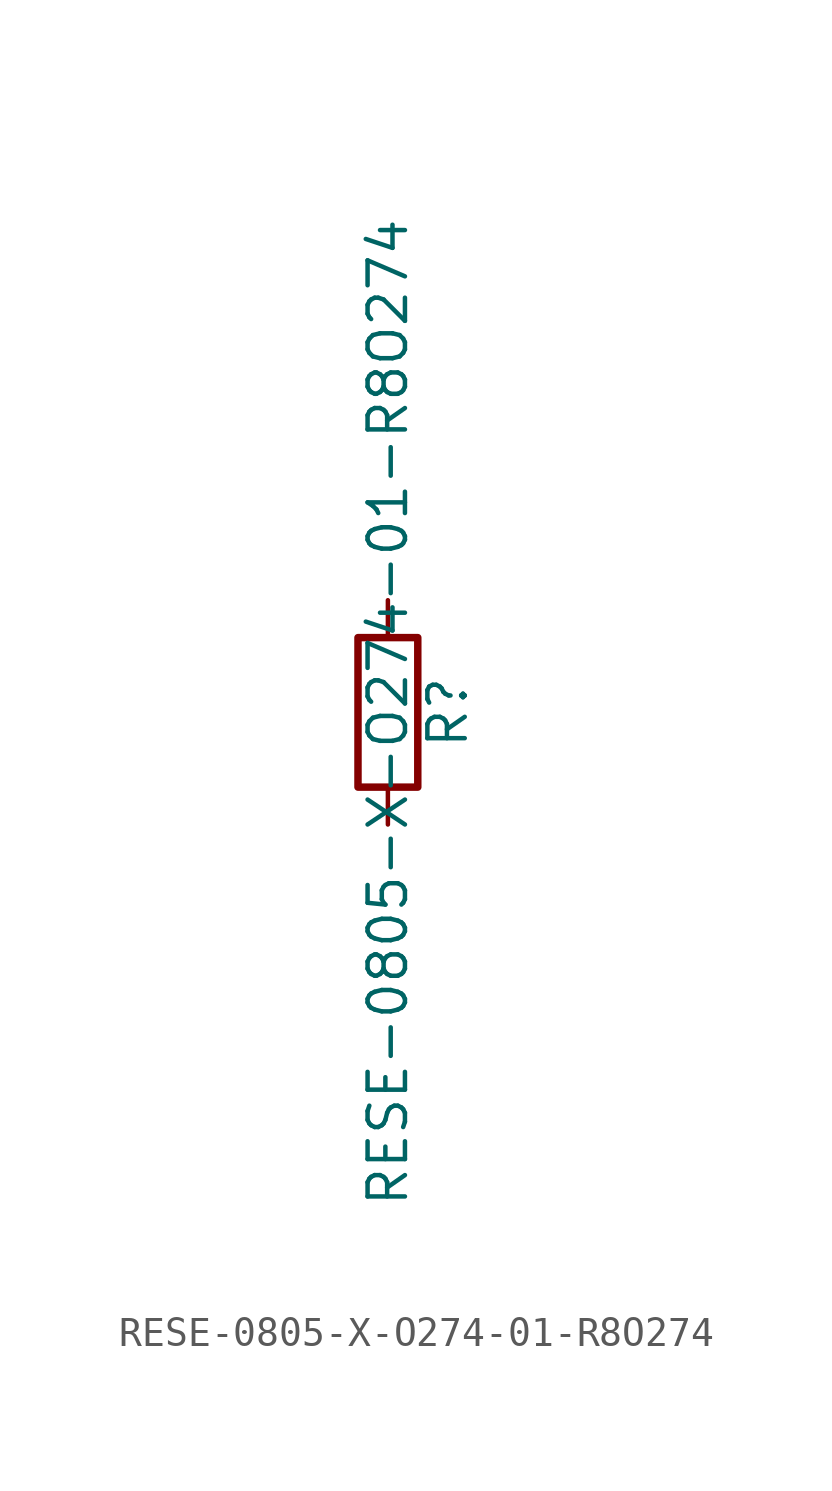
<source format=kicad_sym>
(kicad_symbol_lib
  (version 20211014)
  (generator kicad_symbol_editor)
  (symbol "RESE-0805-X-O274-01-R8O274"
    (pin_numbers hide)
    (pin_names
      (offset 0))
    (property "Reference" "R"
      (at 2.032 0 90)
      (effects (font (size 1.27 1.27))))
    (property "Value" "RESE-0805-X-O274-01-R8O274"
      (at 0 0 90)
      (effects (font (size 1.27 1.27))))
    (symbol "RESE-0805-X-O274-01-R8O274_0_1"
      (rectangle (start -1.016 -2.54) (end 1.016 2.54) (stroke (width 0.254) (type default) (color 0 0 0 0)) (fill (type none))))
    (symbol "RESE-0805-X-O274-01-R8O274_1_1"
      (pin passive line (at 0 3.81 270) (length 1.27) (name "~" (effects (font (size 1.27 1.27)))) (number "1" (effects (font (size 1.27 1.27)))))
      (pin passive line (at 0 -3.81 90) (length 1.27) (name "~" (effects (font (size 1.27 1.27)))) (number "2" (effects (font (size 1.27 1.27))))))))
</source>
